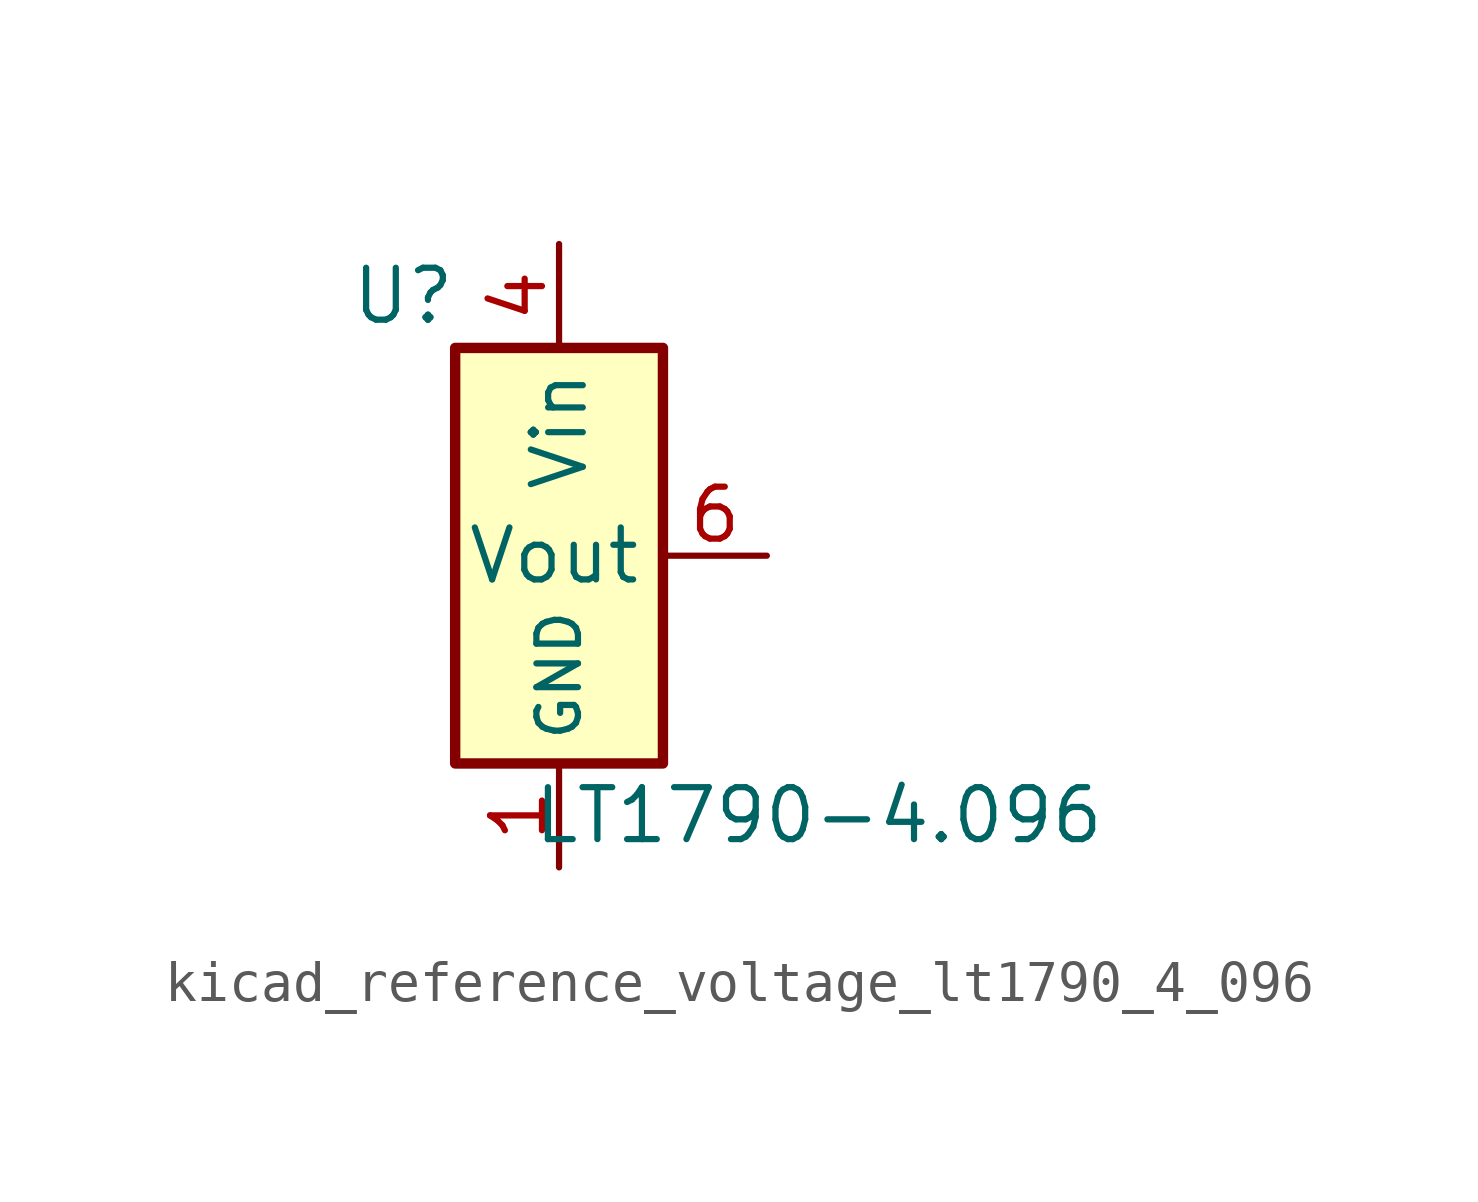
<source format=kicad_sym>
(kicad_symbol_lib
  (version 20220914)
  (generator kicad_symbol_editor)
  (symbol "kicad_reference_voltage_lt1790_4_096"
    (property "Reference" "U"
      (at -3.81 6.35 0)
      (effects (font (size 1.27 1.27))))
    (property "Value" "LT1790-4.096"
      (at 6.35 -6.35 0)
      (effects (font (size 1.27 1.27))))
    (symbol "kicad_reference_voltage_lt1790_4_096_0_1"
      (rectangle (start 2.54 5.08) (end -2.54 -5.08) (stroke (width 0.254) (type default)) (fill (type background))))
    (symbol "kicad_reference_voltage_lt1790_4_096_1_1"
      (pin power_in line (at 0 -7.62 90) (length 2.54) (name "GND" (effects (font (size 1.016 1.016)))) (number "1" (effects (font (size 1.27 1.27)))))
      (pin passive line (at 0 -7.62 90) (length 2.54) hide (name "GND" (effects (font (size 1.016 1.016)))) (number "2" (effects (font (size 1.27 1.27)))))
      (pin power_in line (at 0 7.62 270) (length 2.54) (name "Vin" (effects (font (size 1.27 1.27)))) (number "4" (effects (font (size 1.27 1.27)))))
      (pin output line (at 5.08 0 180) (length 2.54) (name "Vout" (effects (font (size 1.27 1.27)))) (number "6" (effects (font (size 1.27 1.27))))))))
</source>
